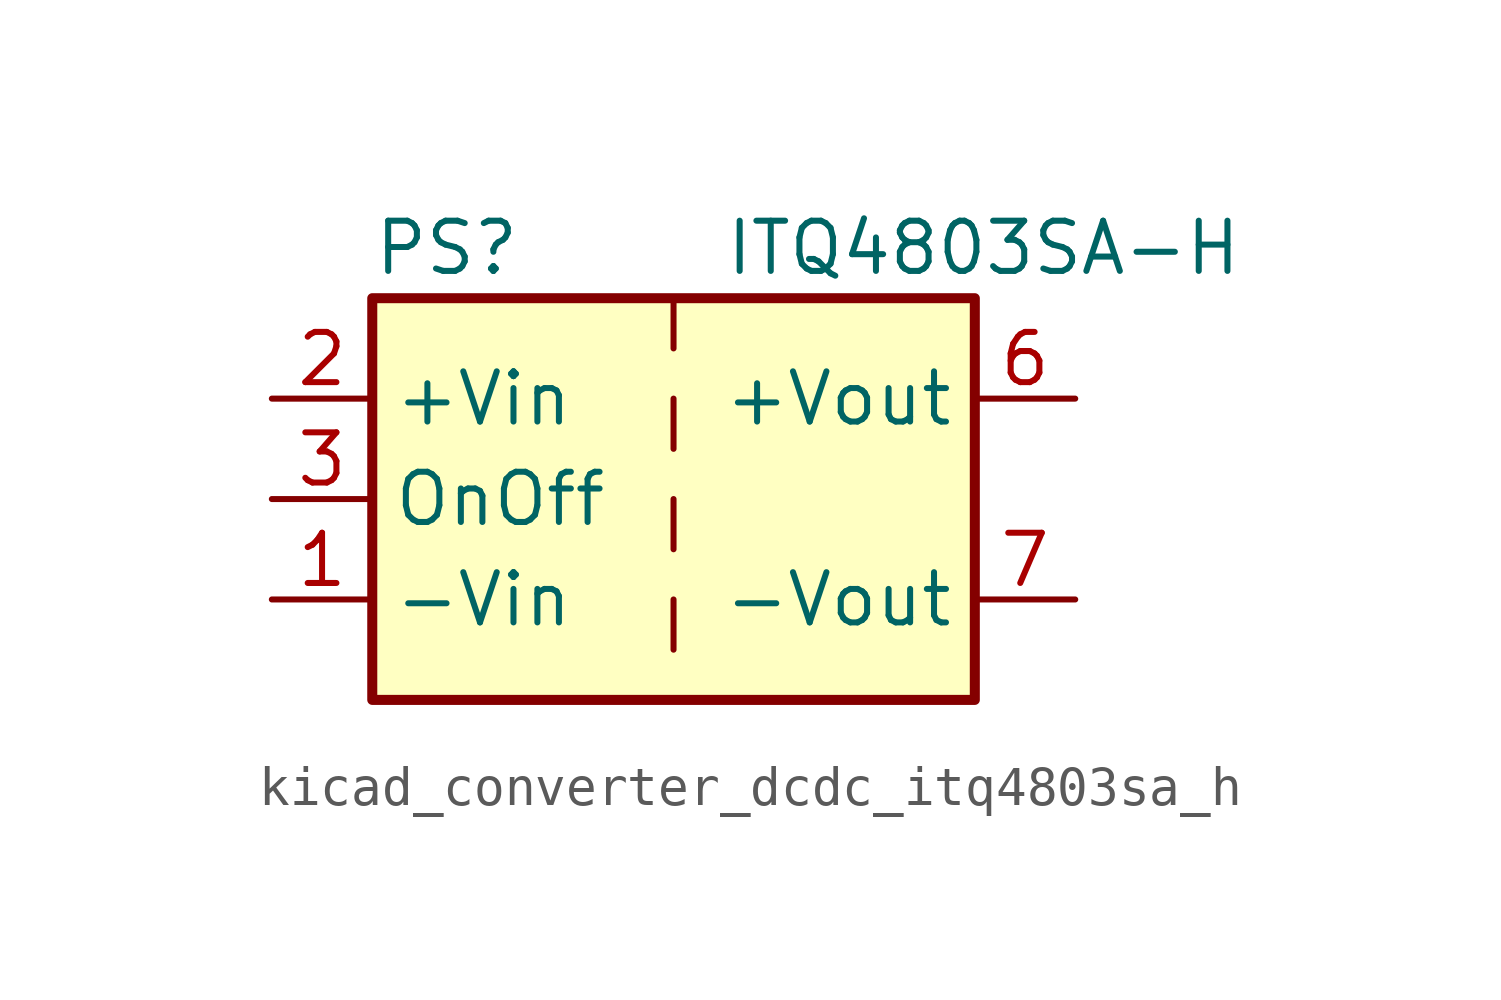
<source format=kicad_sym>
(kicad_symbol_lib
  (version 20220914)
  (generator kicad_symbol_editor)
  (symbol "kicad_converter_dcdc_itq4803sa_h"
    (property "Reference" "PS"
      (at -7.62 6.35 0)
      (effects (font (size 1.27 1.27)) (justify left)))
    (property "Value" "ITQ4803SA-H"
      (at 1.27 6.35 0)
      (effects (font (size 1.27 1.27)) (justify left)))
    (symbol "kicad_converter_dcdc_itq4803sa_h_0_0"
      (pin power_in line (at -10.16 -2.54 0) (length 2.54) (name "-Vin" (effects (font (size 1.27 1.27)))) (number "1" (effects (font (size 1.27 1.27)))))
      (pin power_in line (at -10.16 2.54 0) (length 2.54) (name "+Vin" (effects (font (size 1.27 1.27)))) (number "2" (effects (font (size 1.27 1.27)))))
      (pin input line (at -10.16 0 0) (length 2.54) (name "OnOff" (effects (font (size 1.27 1.27)))) (number "3" (effects (font (size 1.27 1.27)))))
      (pin power_out line (at 10.16 2.54 180) (length 2.54) (name "+Vout" (effects (font (size 1.27 1.27)))) (number "6" (effects (font (size 1.27 1.27)))))
      (pin power_out line (at 10.16 -2.54 180) (length 2.54) (name "-Vout" (effects (font (size 1.27 1.27)))) (number "7" (effects (font (size 1.27 1.27)))))
      (pin no_connect line (at 7.62 0 180) (length 2.54) hide (name "NC" (effects (font (size 1.27 1.27)))) (number "8" (effects (font (size 1.27 1.27))))))
    (symbol "kicad_converter_dcdc_itq4803sa_h_0_1"
      (rectangle (start -7.62 5.08) (end 7.62 -5.08) (stroke (width 0.254) (type default)) (fill (type background)))
      (polyline (pts (xy 0 -2.54) (xy 0 -3.81)) (stroke (width 0) (type default)) (fill (type none)))
      (polyline (pts (xy 0 0) (xy 0 -1.27)) (stroke (width 0) (type default)) (fill (type none)))
      (polyline (pts (xy 0 2.54) (xy 0 1.27)) (stroke (width 0) (type default)) (fill (type none)))
      (polyline (pts (xy 0 5.08) (xy 0 3.81)) (stroke (width 0) (type default)) (fill (type none))))))
</source>
